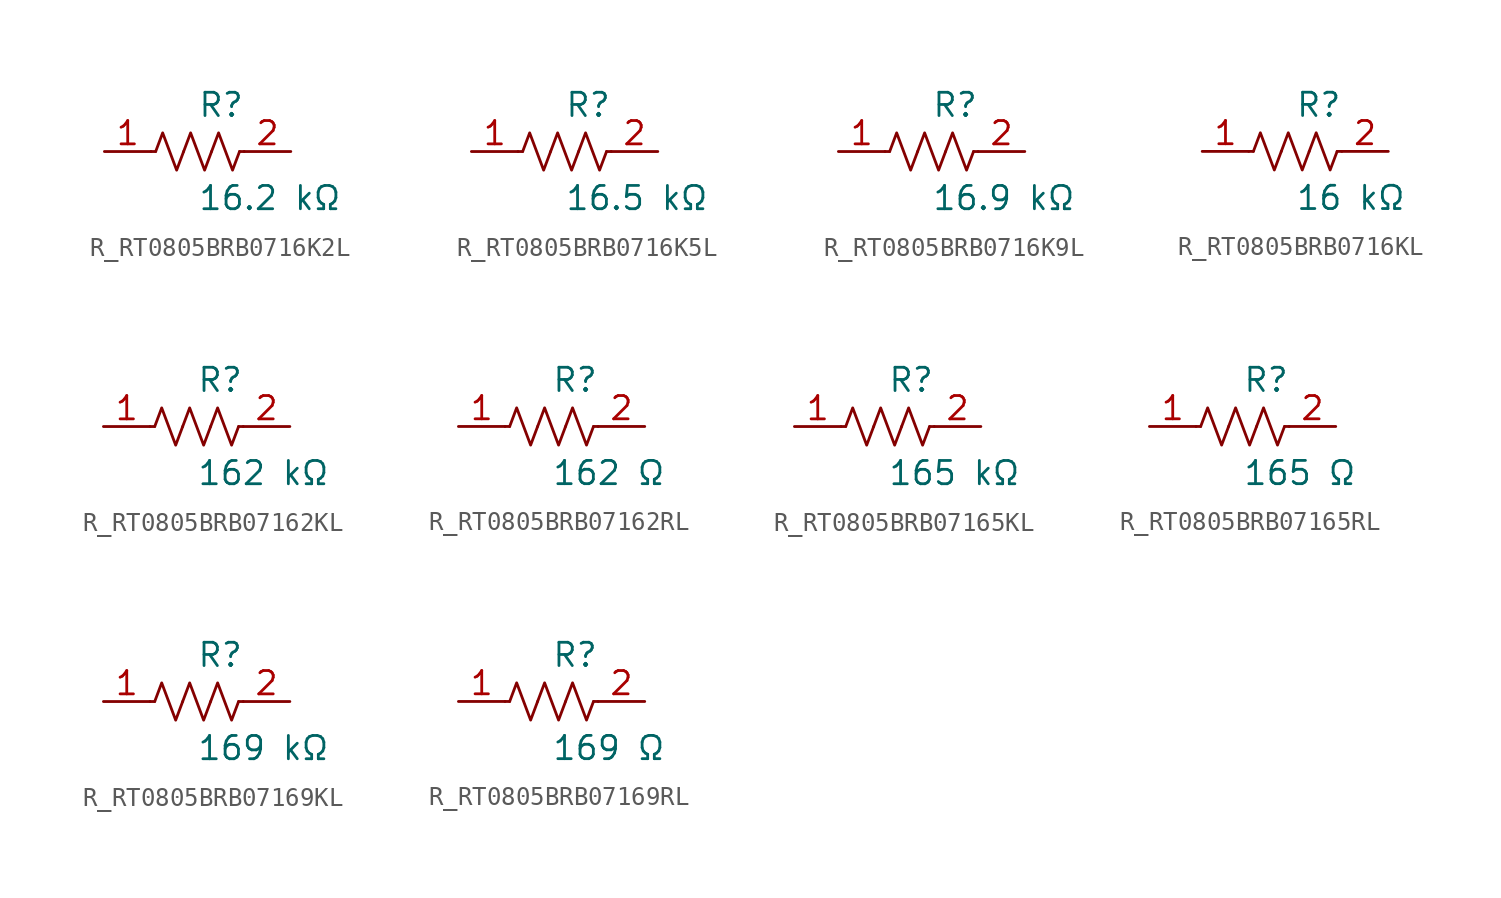
<source format=kicad_sym>
(kicad_symbol_lib
  (version 20231120)
  (generator kicad_symbol_editor)
  (generator_version 8.0)
  (symbol "R_RT0805BRB0716K2L"
    (pin_names
      (offset 0.254))
    (property "Reference" "R"
      (at 0 2.54 0)
      (effects (font (size 1.27 1.27)) (justify left)))
    (property "Value" "16.2 kΩ"
      (at 0 -2.54 0)
      (effects (font (size 1.27 1.27)) (justify left)))
    (symbol "R_RT0805BRB0716K2L_0_1"
      (polyline (pts (xy 2.286 0) (xy 2.54 0)) (stroke (width 0) (type default)) (fill (type none)))
      (polyline (pts (xy -2.286 0) (xy -2.54 0)) (stroke (width 0) (type default)) (fill (type none)))
      (polyline (pts (xy 0.762 0) (xy 1.143 1.016) (xy 1.524 0) (xy 1.905 -1.016) (xy 2.286 0)) (stroke (width 0) (type default)) (fill (type none)))
      (polyline (pts (xy -0.762 0) (xy -0.381 1.016) (xy 0 0) (xy 0.381 -1.016) (xy 0.762 0)) (stroke (width 0) (type default)) (fill (type none)))
      (polyline (pts (xy -2.286 0) (xy -1.905 1.016) (xy -1.524 0) (xy -1.143 -1.016) (xy -0.762 0)) (stroke (width 0) (type default)) (fill (type none))))
    (pin unspecified line
      (at -5.08 0 0)
      (length 2.54)
      (name "" (effects (font (size 1.27 1.27))))
      (number "1" (effects (font (size 1.27 1.27)))))
    (pin unspecified line
      (at 5.08 0 180)
      (length 2.54)
      (name "" (effects (font (size 1.27 1.27))))
      (number "2" (effects (font (size 1.27 1.27))))))
  (symbol "R_RT0805BRB0716K5L"
    (pin_names
      (offset 0.254))
    (property "Reference" "R"
      (at 0 2.54 0)
      (effects (font (size 1.27 1.27)) (justify left)))
    (property "Value" "16.5 kΩ"
      (at 0 -2.54 0)
      (effects (font (size 1.27 1.27)) (justify left)))
    (symbol "R_RT0805BRB0716K5L_0_1"
      (polyline (pts (xy 2.286 0) (xy 2.54 0)) (stroke (width 0) (type default)) (fill (type none)))
      (polyline (pts (xy -2.286 0) (xy -2.54 0)) (stroke (width 0) (type default)) (fill (type none)))
      (polyline (pts (xy 0.762 0) (xy 1.143 1.016) (xy 1.524 0) (xy 1.905 -1.016) (xy 2.286 0)) (stroke (width 0) (type default)) (fill (type none)))
      (polyline (pts (xy -0.762 0) (xy -0.381 1.016) (xy 0 0) (xy 0.381 -1.016) (xy 0.762 0)) (stroke (width 0) (type default)) (fill (type none)))
      (polyline (pts (xy -2.286 0) (xy -1.905 1.016) (xy -1.524 0) (xy -1.143 -1.016) (xy -0.762 0)) (stroke (width 0) (type default)) (fill (type none))))
    (pin unspecified line
      (at -5.08 0 0)
      (length 2.54)
      (name "" (effects (font (size 1.27 1.27))))
      (number "1" (effects (font (size 1.27 1.27)))))
    (pin unspecified line
      (at 5.08 0 180)
      (length 2.54)
      (name "" (effects (font (size 1.27 1.27))))
      (number "2" (effects (font (size 1.27 1.27))))))
  (symbol "R_RT0805BRB0716K9L"
    (pin_names
      (offset 0.254))
    (property "Reference" "R"
      (at 0 2.54 0)
      (effects (font (size 1.27 1.27)) (justify left)))
    (property "Value" "16.9 kΩ"
      (at 0 -2.54 0)
      (effects (font (size 1.27 1.27)) (justify left)))
    (symbol "R_RT0805BRB0716K9L_0_1"
      (polyline (pts (xy 2.286 0) (xy 2.54 0)) (stroke (width 0) (type default)) (fill (type none)))
      (polyline (pts (xy -2.286 0) (xy -2.54 0)) (stroke (width 0) (type default)) (fill (type none)))
      (polyline (pts (xy 0.762 0) (xy 1.143 1.016) (xy 1.524 0) (xy 1.905 -1.016) (xy 2.286 0)) (stroke (width 0) (type default)) (fill (type none)))
      (polyline (pts (xy -0.762 0) (xy -0.381 1.016) (xy 0 0) (xy 0.381 -1.016) (xy 0.762 0)) (stroke (width 0) (type default)) (fill (type none)))
      (polyline (pts (xy -2.286 0) (xy -1.905 1.016) (xy -1.524 0) (xy -1.143 -1.016) (xy -0.762 0)) (stroke (width 0) (type default)) (fill (type none))))
    (pin unspecified line
      (at -5.08 0 0)
      (length 2.54)
      (name "" (effects (font (size 1.27 1.27))))
      (number "1" (effects (font (size 1.27 1.27)))))
    (pin unspecified line
      (at 5.08 0 180)
      (length 2.54)
      (name "" (effects (font (size 1.27 1.27))))
      (number "2" (effects (font (size 1.27 1.27))))))
  (symbol "R_RT0805BRB0716KL"
    (pin_names
      (offset 0.254))
    (property "Reference" "R"
      (at 0 2.54 0)
      (effects (font (size 1.27 1.27)) (justify left)))
    (property "Value" "16 kΩ"
      (at 0 -2.54 0)
      (effects (font (size 1.27 1.27)) (justify left)))
    (symbol "R_RT0805BRB0716KL_0_1"
      (polyline (pts (xy 2.286 0) (xy 2.54 0)) (stroke (width 0) (type default)) (fill (type none)))
      (polyline (pts (xy -2.286 0) (xy -2.54 0)) (stroke (width 0) (type default)) (fill (type none)))
      (polyline (pts (xy 0.762 0) (xy 1.143 1.016) (xy 1.524 0) (xy 1.905 -1.016) (xy 2.286 0)) (stroke (width 0) (type default)) (fill (type none)))
      (polyline (pts (xy -0.762 0) (xy -0.381 1.016) (xy 0 0) (xy 0.381 -1.016) (xy 0.762 0)) (stroke (width 0) (type default)) (fill (type none)))
      (polyline (pts (xy -2.286 0) (xy -1.905 1.016) (xy -1.524 0) (xy -1.143 -1.016) (xy -0.762 0)) (stroke (width 0) (type default)) (fill (type none))))
    (pin unspecified line
      (at -5.08 0 0)
      (length 2.54)
      (name "" (effects (font (size 1.27 1.27))))
      (number "1" (effects (font (size 1.27 1.27)))))
    (pin unspecified line
      (at 5.08 0 180)
      (length 2.54)
      (name "" (effects (font (size 1.27 1.27))))
      (number "2" (effects (font (size 1.27 1.27))))))
  (symbol "R_RT0805BRB07162KL"
    (pin_names
      (offset 0.254))
    (property "Reference" "R"
      (at 0 2.54 0)
      (effects (font (size 1.27 1.27)) (justify left)))
    (property "Value" "162 kΩ"
      (at 0 -2.54 0)
      (effects (font (size 1.27 1.27)) (justify left)))
    (symbol "R_RT0805BRB07162KL_0_1"
      (polyline (pts (xy 2.286 0) (xy 2.54 0)) (stroke (width 0) (type default)) (fill (type none)))
      (polyline (pts (xy -2.286 0) (xy -2.54 0)) (stroke (width 0) (type default)) (fill (type none)))
      (polyline (pts (xy 0.762 0) (xy 1.143 1.016) (xy 1.524 0) (xy 1.905 -1.016) (xy 2.286 0)) (stroke (width 0) (type default)) (fill (type none)))
      (polyline (pts (xy -0.762 0) (xy -0.381 1.016) (xy 0 0) (xy 0.381 -1.016) (xy 0.762 0)) (stroke (width 0) (type default)) (fill (type none)))
      (polyline (pts (xy -2.286 0) (xy -1.905 1.016) (xy -1.524 0) (xy -1.143 -1.016) (xy -0.762 0)) (stroke (width 0) (type default)) (fill (type none))))
    (pin unspecified line
      (at -5.08 0 0)
      (length 2.54)
      (name "" (effects (font (size 1.27 1.27))))
      (number "1" (effects (font (size 1.27 1.27)))))
    (pin unspecified line
      (at 5.08 0 180)
      (length 2.54)
      (name "" (effects (font (size 1.27 1.27))))
      (number "2" (effects (font (size 1.27 1.27))))))
  (symbol "R_RT0805BRB07162RL"
    (pin_names
      (offset 0.254))
    (property "Reference" "R"
      (at 0 2.54 0)
      (effects (font (size 1.27 1.27)) (justify left)))
    (property "Value" "162 Ω"
      (at 0 -2.54 0)
      (effects (font (size 1.27 1.27)) (justify left)))
    (symbol "R_RT0805BRB07162RL_0_1"
      (polyline (pts (xy 2.286 0) (xy 2.54 0)) (stroke (width 0) (type default)) (fill (type none)))
      (polyline (pts (xy -2.286 0) (xy -2.54 0)) (stroke (width 0) (type default)) (fill (type none)))
      (polyline (pts (xy 0.762 0) (xy 1.143 1.016) (xy 1.524 0) (xy 1.905 -1.016) (xy 2.286 0)) (stroke (width 0) (type default)) (fill (type none)))
      (polyline (pts (xy -0.762 0) (xy -0.381 1.016) (xy 0 0) (xy 0.381 -1.016) (xy 0.762 0)) (stroke (width 0) (type default)) (fill (type none)))
      (polyline (pts (xy -2.286 0) (xy -1.905 1.016) (xy -1.524 0) (xy -1.143 -1.016) (xy -0.762 0)) (stroke (width 0) (type default)) (fill (type none))))
    (pin unspecified line
      (at -5.08 0 0)
      (length 2.54)
      (name "" (effects (font (size 1.27 1.27))))
      (number "1" (effects (font (size 1.27 1.27)))))
    (pin unspecified line
      (at 5.08 0 180)
      (length 2.54)
      (name "" (effects (font (size 1.27 1.27))))
      (number "2" (effects (font (size 1.27 1.27))))))
  (symbol "R_RT0805BRB07165KL"
    (pin_names
      (offset 0.254))
    (property "Reference" "R"
      (at 0 2.54 0)
      (effects (font (size 1.27 1.27)) (justify left)))
    (property "Value" "165 kΩ"
      (at 0 -2.54 0)
      (effects (font (size 1.27 1.27)) (justify left)))
    (symbol "R_RT0805BRB07165KL_0_1"
      (polyline (pts (xy 2.286 0) (xy 2.54 0)) (stroke (width 0) (type default)) (fill (type none)))
      (polyline (pts (xy -2.286 0) (xy -2.54 0)) (stroke (width 0) (type default)) (fill (type none)))
      (polyline (pts (xy 0.762 0) (xy 1.143 1.016) (xy 1.524 0) (xy 1.905 -1.016) (xy 2.286 0)) (stroke (width 0) (type default)) (fill (type none)))
      (polyline (pts (xy -0.762 0) (xy -0.381 1.016) (xy 0 0) (xy 0.381 -1.016) (xy 0.762 0)) (stroke (width 0) (type default)) (fill (type none)))
      (polyline (pts (xy -2.286 0) (xy -1.905 1.016) (xy -1.524 0) (xy -1.143 -1.016) (xy -0.762 0)) (stroke (width 0) (type default)) (fill (type none))))
    (pin unspecified line
      (at -5.08 0 0)
      (length 2.54)
      (name "" (effects (font (size 1.27 1.27))))
      (number "1" (effects (font (size 1.27 1.27)))))
    (pin unspecified line
      (at 5.08 0 180)
      (length 2.54)
      (name "" (effects (font (size 1.27 1.27))))
      (number "2" (effects (font (size 1.27 1.27))))))
  (symbol "R_RT0805BRB07165RL"
    (pin_names
      (offset 0.254))
    (property "Reference" "R"
      (at 0 2.54 0)
      (effects (font (size 1.27 1.27)) (justify left)))
    (property "Value" "165 Ω"
      (at 0 -2.54 0)
      (effects (font (size 1.27 1.27)) (justify left)))
    (symbol "R_RT0805BRB07165RL_0_1"
      (polyline (pts (xy 2.286 0) (xy 2.54 0)) (stroke (width 0) (type default)) (fill (type none)))
      (polyline (pts (xy -2.286 0) (xy -2.54 0)) (stroke (width 0) (type default)) (fill (type none)))
      (polyline (pts (xy 0.762 0) (xy 1.143 1.016) (xy 1.524 0) (xy 1.905 -1.016) (xy 2.286 0)) (stroke (width 0) (type default)) (fill (type none)))
      (polyline (pts (xy -0.762 0) (xy -0.381 1.016) (xy 0 0) (xy 0.381 -1.016) (xy 0.762 0)) (stroke (width 0) (type default)) (fill (type none)))
      (polyline (pts (xy -2.286 0) (xy -1.905 1.016) (xy -1.524 0) (xy -1.143 -1.016) (xy -0.762 0)) (stroke (width 0) (type default)) (fill (type none))))
    (pin unspecified line
      (at -5.08 0 0)
      (length 2.54)
      (name "" (effects (font (size 1.27 1.27))))
      (number "1" (effects (font (size 1.27 1.27)))))
    (pin unspecified line
      (at 5.08 0 180)
      (length 2.54)
      (name "" (effects (font (size 1.27 1.27))))
      (number "2" (effects (font (size 1.27 1.27))))))
  (symbol "R_RT0805BRB07169KL"
    (pin_names
      (offset 0.254))
    (property "Reference" "R"
      (at 0 2.54 0)
      (effects (font (size 1.27 1.27)) (justify left)))
    (property "Value" "169 kΩ"
      (at 0 -2.54 0)
      (effects (font (size 1.27 1.27)) (justify left)))
    (symbol "R_RT0805BRB07169KL_0_1"
      (polyline (pts (xy 2.286 0) (xy 2.54 0)) (stroke (width 0) (type default)) (fill (type none)))
      (polyline (pts (xy -2.286 0) (xy -2.54 0)) (stroke (width 0) (type default)) (fill (type none)))
      (polyline (pts (xy 0.762 0) (xy 1.143 1.016) (xy 1.524 0) (xy 1.905 -1.016) (xy 2.286 0)) (stroke (width 0) (type default)) (fill (type none)))
      (polyline (pts (xy -0.762 0) (xy -0.381 1.016) (xy 0 0) (xy 0.381 -1.016) (xy 0.762 0)) (stroke (width 0) (type default)) (fill (type none)))
      (polyline (pts (xy -2.286 0) (xy -1.905 1.016) (xy -1.524 0) (xy -1.143 -1.016) (xy -0.762 0)) (stroke (width 0) (type default)) (fill (type none))))
    (pin unspecified line
      (at -5.08 0 0)
      (length 2.54)
      (name "" (effects (font (size 1.27 1.27))))
      (number "1" (effects (font (size 1.27 1.27)))))
    (pin unspecified line
      (at 5.08 0 180)
      (length 2.54)
      (name "" (effects (font (size 1.27 1.27))))
      (number "2" (effects (font (size 1.27 1.27))))))
  (symbol "R_RT0805BRB07169RL"
    (pin_names
      (offset 0.254))
    (property "Reference" "R"
      (at 0 2.54 0)
      (effects (font (size 1.27 1.27)) (justify left)))
    (property "Value" "169 Ω"
      (at 0 -2.54 0)
      (effects (font (size 1.27 1.27)) (justify left)))
    (symbol "R_RT0805BRB07169RL_0_1"
      (polyline (pts (xy 2.286 0) (xy 2.54 0)) (stroke (width 0) (type default)) (fill (type none)))
      (polyline (pts (xy -2.286 0) (xy -2.54 0)) (stroke (width 0) (type default)) (fill (type none)))
      (polyline (pts (xy 0.762 0) (xy 1.143 1.016) (xy 1.524 0) (xy 1.905 -1.016) (xy 2.286 0)) (stroke (width 0) (type default)) (fill (type none)))
      (polyline (pts (xy -0.762 0) (xy -0.381 1.016) (xy 0 0) (xy 0.381 -1.016) (xy 0.762 0)) (stroke (width 0) (type default)) (fill (type none)))
      (polyline (pts (xy -2.286 0) (xy -1.905 1.016) (xy -1.524 0) (xy -1.143 -1.016) (xy -0.762 0)) (stroke (width 0) (type default)) (fill (type none))))
    (pin unspecified line
      (at -5.08 0 0)
      (length 2.54)
      (name "" (effects (font (size 1.27 1.27))))
      (number "1" (effects (font (size 1.27 1.27)))))
    (pin unspecified line
      (at 5.08 0 180)
      (length 2.54)
      (name "" (effects (font (size 1.27 1.27))))
      (number "2" (effects (font (size 1.27 1.27)))))))
</source>
